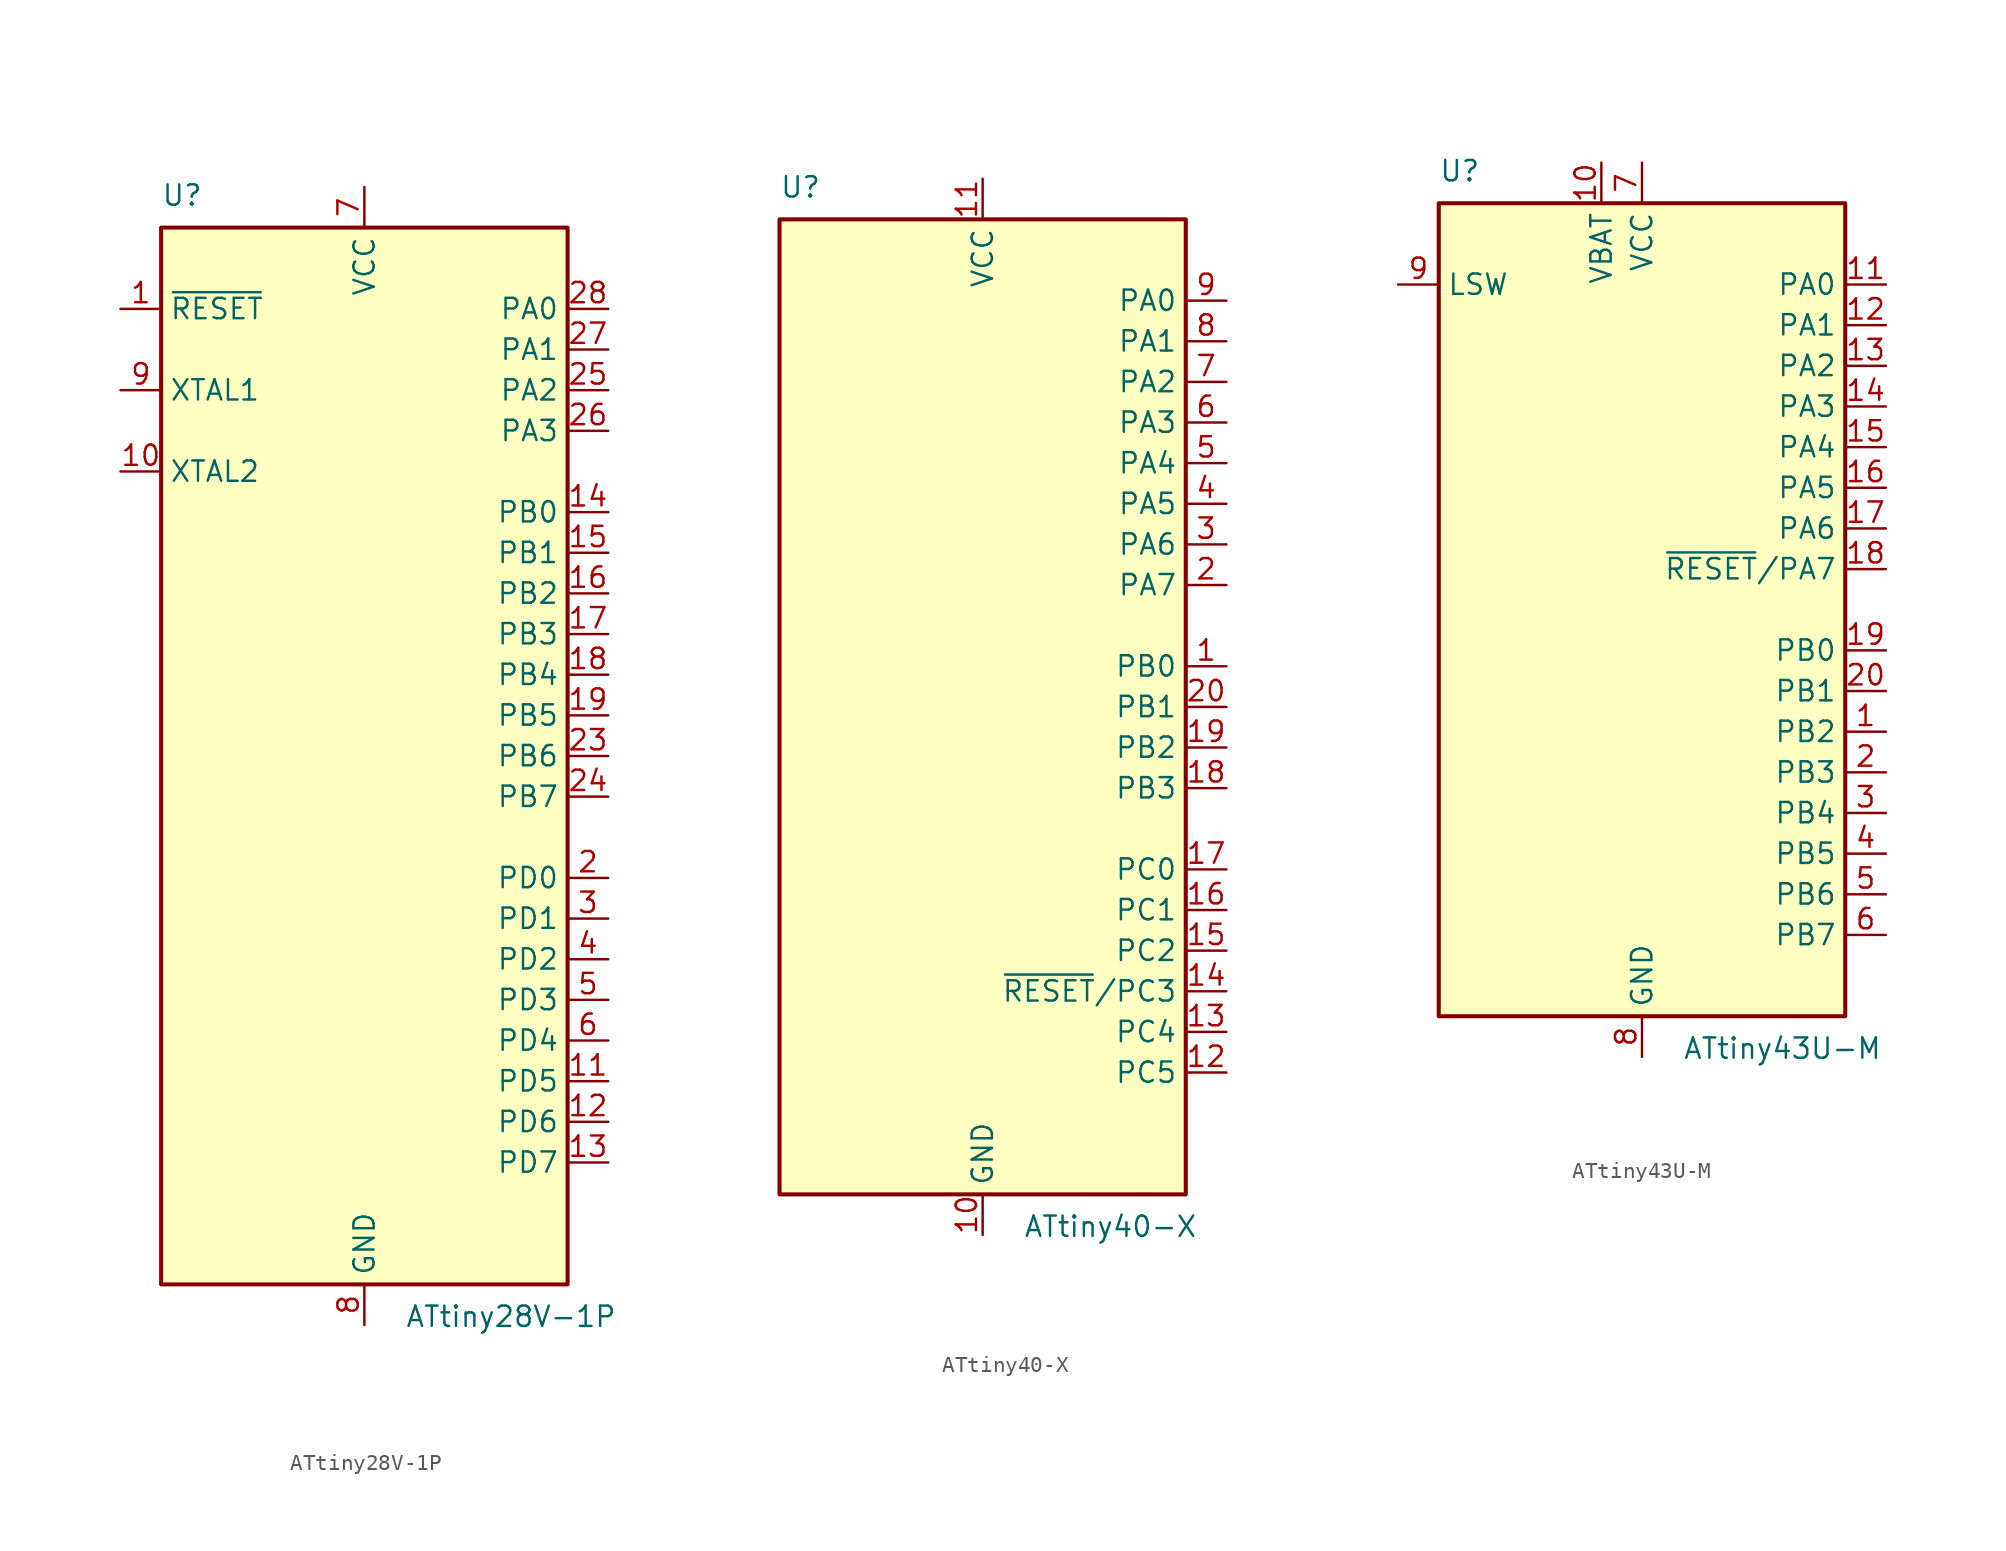
<source format=kicad_sym>
(kicad_symbol_lib
  (version 20201005)
  (generator kicad_symbol_editor)
  (symbol "MCU_Microchip_ATtiny:ATtiny28V-1P"
    (property "Reference" "U"
      (at -12.7 34.29 0)
      (effects (font (size 1.27 1.27)) (justify left bottom)))
    (property "Value" "ATtiny28V-1P"
      (at 2.54 -34.29 0)
      (effects (font (size 1.27 1.27)) (justify left top)))
    (symbol "ATtiny28V-1P_0_1"
      (rectangle (start -12.7 -33.02) (end 12.7 33.02) (stroke (width 0.254)) (fill (type background))))
    (symbol "ATtiny28V-1P_1_1"
      (pin input line (at -15.24 27.94 0) (length 2.54) (name "~RESET" (effects (font (size 1.27 1.27)))) (number "1" (effects (font (size 1.27 1.27)))))
      (pin output line (at -15.24 17.78 0) (length 2.54) (name "XTAL2" (effects (font (size 1.27 1.27)))) (number "10" (effects (font (size 1.27 1.27)))))
      (pin bidirectional line (at 15.24 -20.32 180) (length 2.54) (name "PD5" (effects (font (size 1.27 1.27)))) (number "11" (effects (font (size 1.27 1.27)))))
      (pin bidirectional line (at 15.24 -22.86 180) (length 2.54) (name "PD6" (effects (font (size 1.27 1.27)))) (number "12" (effects (font (size 1.27 1.27)))))
      (pin bidirectional line (at 15.24 -25.4 180) (length 2.54) (name "PD7" (effects (font (size 1.27 1.27)))) (number "13" (effects (font (size 1.27 1.27)))))
      (pin bidirectional line (at 15.24 15.24 180) (length 2.54) (name "PB0" (effects (font (size 1.27 1.27)))) (number "14" (effects (font (size 1.27 1.27)))))
      (pin bidirectional line (at 15.24 12.7 180) (length 2.54) (name "PB1" (effects (font (size 1.27 1.27)))) (number "15" (effects (font (size 1.27 1.27)))))
      (pin bidirectional line (at 15.24 10.16 180) (length 2.54) (name "PB2" (effects (font (size 1.27 1.27)))) (number "16" (effects (font (size 1.27 1.27)))))
      (pin bidirectional line (at 15.24 7.62 180) (length 2.54) (name "PB3" (effects (font (size 1.27 1.27)))) (number "17" (effects (font (size 1.27 1.27)))))
      (pin bidirectional line (at 15.24 5.08 180) (length 2.54) (name "PB4" (effects (font (size 1.27 1.27)))) (number "18" (effects (font (size 1.27 1.27)))))
      (pin bidirectional line (at 15.24 2.54 180) (length 2.54) (name "PB5" (effects (font (size 1.27 1.27)))) (number "19" (effects (font (size 1.27 1.27)))))
      (pin bidirectional line (at 15.24 -7.62 180) (length 2.54) (name "PD0" (effects (font (size 1.27 1.27)))) (number "2" (effects (font (size 1.27 1.27)))))
      (pin passive line (at 0 35.56 270) (length 2.54) hide (name "VCC" (effects (font (size 1.27 1.27)))) (number "20" (effects (font (size 1.27 1.27)))))
      (pin no_connect line (at -12.7 -30.48 0) (length 2.54) hide (name "NC" (effects (font (size 1.27 1.27)))) (number "21" (effects (font (size 1.27 1.27)))))
      (pin passive line (at 0 -35.56 90) (length 2.54) hide (name "GND" (effects (font (size 1.27 1.27)))) (number "22" (effects (font (size 1.27 1.27)))))
      (pin bidirectional line (at 15.24 0 180) (length 2.54) (name "PB6" (effects (font (size 1.27 1.27)))) (number "23" (effects (font (size 1.27 1.27)))))
      (pin bidirectional line (at 15.24 -2.54 180) (length 2.54) (name "PB7" (effects (font (size 1.27 1.27)))) (number "24" (effects (font (size 1.27 1.27)))))
      (pin bidirectional line (at 15.24 22.86 180) (length 2.54) (name "PA2" (effects (font (size 1.27 1.27)))) (number "25" (effects (font (size 1.27 1.27)))))
      (pin bidirectional line (at 15.24 20.32 180) (length 2.54) (name "PA3" (effects (font (size 1.27 1.27)))) (number "26" (effects (font (size 1.27 1.27)))))
      (pin bidirectional line (at 15.24 25.4 180) (length 2.54) (name "PA1" (effects (font (size 1.27 1.27)))) (number "27" (effects (font (size 1.27 1.27)))))
      (pin bidirectional line (at 15.24 27.94 180) (length 2.54) (name "PA0" (effects (font (size 1.27 1.27)))) (number "28" (effects (font (size 1.27 1.27)))))
      (pin bidirectional line (at 15.24 -10.16 180) (length 2.54) (name "PD1" (effects (font (size 1.27 1.27)))) (number "3" (effects (font (size 1.27 1.27)))))
      (pin bidirectional line (at 15.24 -12.7 180) (length 2.54) (name "PD2" (effects (font (size 1.27 1.27)))) (number "4" (effects (font (size 1.27 1.27)))))
      (pin bidirectional line (at 15.24 -15.24 180) (length 2.54) (name "PD3" (effects (font (size 1.27 1.27)))) (number "5" (effects (font (size 1.27 1.27)))))
      (pin bidirectional line (at 15.24 -17.78 180) (length 2.54) (name "PD4" (effects (font (size 1.27 1.27)))) (number "6" (effects (font (size 1.27 1.27)))))
      (pin power_in line (at 0 35.56 270) (length 2.54) (name "VCC" (effects (font (size 1.27 1.27)))) (number "7" (effects (font (size 1.27 1.27)))))
      (pin power_in line (at 0 -35.56 90) (length 2.54) (name "GND" (effects (font (size 1.27 1.27)))) (number "8" (effects (font (size 1.27 1.27)))))
      (pin input line (at -15.24 22.86 0) (length 2.54) (name "XTAL1" (effects (font (size 1.27 1.27)))) (number "9" (effects (font (size 1.27 1.27)))))))
  (symbol "MCU_Microchip_ATtiny:ATtiny40-X"
    (property "Reference" "U"
      (at -12.7 31.75 0)
      (effects (font (size 1.27 1.27)) (justify left bottom)))
    (property "Value" "ATtiny40-X"
      (at 2.54 -31.75 0)
      (effects (font (size 1.27 1.27)) (justify left top)))
    (symbol "ATtiny40-X_0_1"
      (rectangle (start -12.7 -30.48) (end 12.7 30.48) (stroke (width 0.254)) (fill (type background))))
    (symbol "ATtiny40-X_1_1"
      (pin bidirectional line (at 15.24 2.54 180) (length 2.54) (name "PB0" (effects (font (size 1.27 1.27)))) (number "1" (effects (font (size 1.27 1.27)))))
      (pin power_in line (at 0 -33.02 90) (length 2.54) (name "GND" (effects (font (size 1.27 1.27)))) (number "10" (effects (font (size 1.27 1.27)))))
      (pin power_in line (at 0 33.02 270) (length 2.54) (name "VCC" (effects (font (size 1.27 1.27)))) (number "11" (effects (font (size 1.27 1.27)))))
      (pin bidirectional line (at 15.24 -22.86 180) (length 2.54) (name "PC5" (effects (font (size 1.27 1.27)))) (number "12" (effects (font (size 1.27 1.27)))))
      (pin bidirectional line (at 15.24 -20.32 180) (length 2.54) (name "PC4" (effects (font (size 1.27 1.27)))) (number "13" (effects (font (size 1.27 1.27)))))
      (pin bidirectional line (at 15.24 -17.78 180) (length 2.54) (name "~RESET~/PC3" (effects (font (size 1.27 1.27)))) (number "14" (effects (font (size 1.27 1.27)))))
      (pin bidirectional line (at 15.24 -15.24 180) (length 2.54) (name "PC2" (effects (font (size 1.27 1.27)))) (number "15" (effects (font (size 1.27 1.27)))))
      (pin bidirectional line (at 15.24 -12.7 180) (length 2.54) (name "PC1" (effects (font (size 1.27 1.27)))) (number "16" (effects (font (size 1.27 1.27)))))
      (pin bidirectional line (at 15.24 -10.16 180) (length 2.54) (name "PC0" (effects (font (size 1.27 1.27)))) (number "17" (effects (font (size 1.27 1.27)))))
      (pin bidirectional line (at 15.24 -5.08 180) (length 2.54) (name "PB3" (effects (font (size 1.27 1.27)))) (number "18" (effects (font (size 1.27 1.27)))))
      (pin bidirectional line (at 15.24 -2.54 180) (length 2.54) (name "PB2" (effects (font (size 1.27 1.27)))) (number "19" (effects (font (size 1.27 1.27)))))
      (pin bidirectional line (at 15.24 7.62 180) (length 2.54) (name "PA7" (effects (font (size 1.27 1.27)))) (number "2" (effects (font (size 1.27 1.27)))))
      (pin bidirectional line (at 15.24 0 180) (length 2.54) (name "PB1" (effects (font (size 1.27 1.27)))) (number "20" (effects (font (size 1.27 1.27)))))
      (pin bidirectional line (at 15.24 10.16 180) (length 2.54) (name "PA6" (effects (font (size 1.27 1.27)))) (number "3" (effects (font (size 1.27 1.27)))))
      (pin bidirectional line (at 15.24 12.7 180) (length 2.54) (name "PA5" (effects (font (size 1.27 1.27)))) (number "4" (effects (font (size 1.27 1.27)))))
      (pin bidirectional line (at 15.24 15.24 180) (length 2.54) (name "PA4" (effects (font (size 1.27 1.27)))) (number "5" (effects (font (size 1.27 1.27)))))
      (pin bidirectional line (at 15.24 17.78 180) (length 2.54) (name "PA3" (effects (font (size 1.27 1.27)))) (number "6" (effects (font (size 1.27 1.27)))))
      (pin bidirectional line (at 15.24 20.32 180) (length 2.54) (name "PA2" (effects (font (size 1.27 1.27)))) (number "7" (effects (font (size 1.27 1.27)))))
      (pin bidirectional line (at 15.24 22.86 180) (length 2.54) (name "PA1" (effects (font (size 1.27 1.27)))) (number "8" (effects (font (size 1.27 1.27)))))
      (pin bidirectional line (at 15.24 25.4 180) (length 2.54) (name "PA0" (effects (font (size 1.27 1.27)))) (number "9" (effects (font (size 1.27 1.27)))))))
  (symbol "MCU_Microchip_ATtiny:ATtiny43U-M"
    (property "Reference" "U"
      (at -12.7 26.67 0)
      (effects (font (size 1.27 1.27)) (justify left bottom)))
    (property "Value" "ATtiny43U-M"
      (at 2.54 -26.67 0)
      (effects (font (size 1.27 1.27)) (justify left top)))
    (symbol "ATtiny43U-M_0_1"
      (rectangle (start -12.7 -25.4) (end 12.7 25.4) (stroke (width 0.254)) (fill (type background))))
    (symbol "ATtiny43U-M_1_1"
      (pin bidirectional line (at 15.24 -7.62 180) (length 2.54) (name "PB2" (effects (font (size 1.27 1.27)))) (number "1" (effects (font (size 1.27 1.27)))))
      (pin power_in line (at -2.54 27.94 270) (length 2.54) (name "VBAT" (effects (font (size 1.27 1.27)))) (number "10" (effects (font (size 1.27 1.27)))))
      (pin bidirectional line (at 15.24 20.32 180) (length 2.54) (name "PA0" (effects (font (size 1.27 1.27)))) (number "11" (effects (font (size 1.27 1.27)))))
      (pin bidirectional line (at 15.24 17.78 180) (length 2.54) (name "PA1" (effects (font (size 1.27 1.27)))) (number "12" (effects (font (size 1.27 1.27)))))
      (pin bidirectional line (at 15.24 15.24 180) (length 2.54) (name "PA2" (effects (font (size 1.27 1.27)))) (number "13" (effects (font (size 1.27 1.27)))))
      (pin bidirectional line (at 15.24 12.7 180) (length 2.54) (name "PA3" (effects (font (size 1.27 1.27)))) (number "14" (effects (font (size 1.27 1.27)))))
      (pin bidirectional line (at 15.24 10.16 180) (length 2.54) (name "PA4" (effects (font (size 1.27 1.27)))) (number "15" (effects (font (size 1.27 1.27)))))
      (pin bidirectional line (at 15.24 7.62 180) (length 2.54) (name "PA5" (effects (font (size 1.27 1.27)))) (number "16" (effects (font (size 1.27 1.27)))))
      (pin bidirectional line (at 15.24 5.08 180) (length 2.54) (name "PA6" (effects (font (size 1.27 1.27)))) (number "17" (effects (font (size 1.27 1.27)))))
      (pin bidirectional line (at 15.24 2.54 180) (length 2.54) (name "~RESET~/PA7" (effects (font (size 1.27 1.27)))) (number "18" (effects (font (size 1.27 1.27)))))
      (pin bidirectional line (at 15.24 -2.54 180) (length 2.54) (name "PB0" (effects (font (size 1.27 1.27)))) (number "19" (effects (font (size 1.27 1.27)))))
      (pin bidirectional line (at 15.24 -10.16 180) (length 2.54) (name "PB3" (effects (font (size 1.27 1.27)))) (number "2" (effects (font (size 1.27 1.27)))))
      (pin bidirectional line (at 15.24 -5.08 180) (length 2.54) (name "PB1" (effects (font (size 1.27 1.27)))) (number "20" (effects (font (size 1.27 1.27)))))
      (pin passive line (at 0 -27.94 90) (length 2.54) hide (name "GND" (effects (font (size 1.27 1.27)))) (number "21" (effects (font (size 1.27 1.27)))))
      (pin bidirectional line (at 15.24 -12.7 180) (length 2.54) (name "PB4" (effects (font (size 1.27 1.27)))) (number "3" (effects (font (size 1.27 1.27)))))
      (pin bidirectional line (at 15.24 -15.24 180) (length 2.54) (name "PB5" (effects (font (size 1.27 1.27)))) (number "4" (effects (font (size 1.27 1.27)))))
      (pin bidirectional line (at 15.24 -17.78 180) (length 2.54) (name "PB6" (effects (font (size 1.27 1.27)))) (number "5" (effects (font (size 1.27 1.27)))))
      (pin bidirectional line (at 15.24 -20.32 180) (length 2.54) (name "PB7" (effects (font (size 1.27 1.27)))) (number "6" (effects (font (size 1.27 1.27)))))
      (pin power_in line (at 0 27.94 270) (length 2.54) (name "VCC" (effects (font (size 1.27 1.27)))) (number "7" (effects (font (size 1.27 1.27)))))
      (pin power_in line (at 0 -27.94 90) (length 2.54) (name "GND" (effects (font (size 1.27 1.27)))) (number "8" (effects (font (size 1.27 1.27)))))
      (pin passive line (at -15.24 20.32 0) (length 2.54) (name "LSW" (effects (font (size 1.27 1.27)))) (number "9" (effects (font (size 1.27 1.27))))))))
</source>
